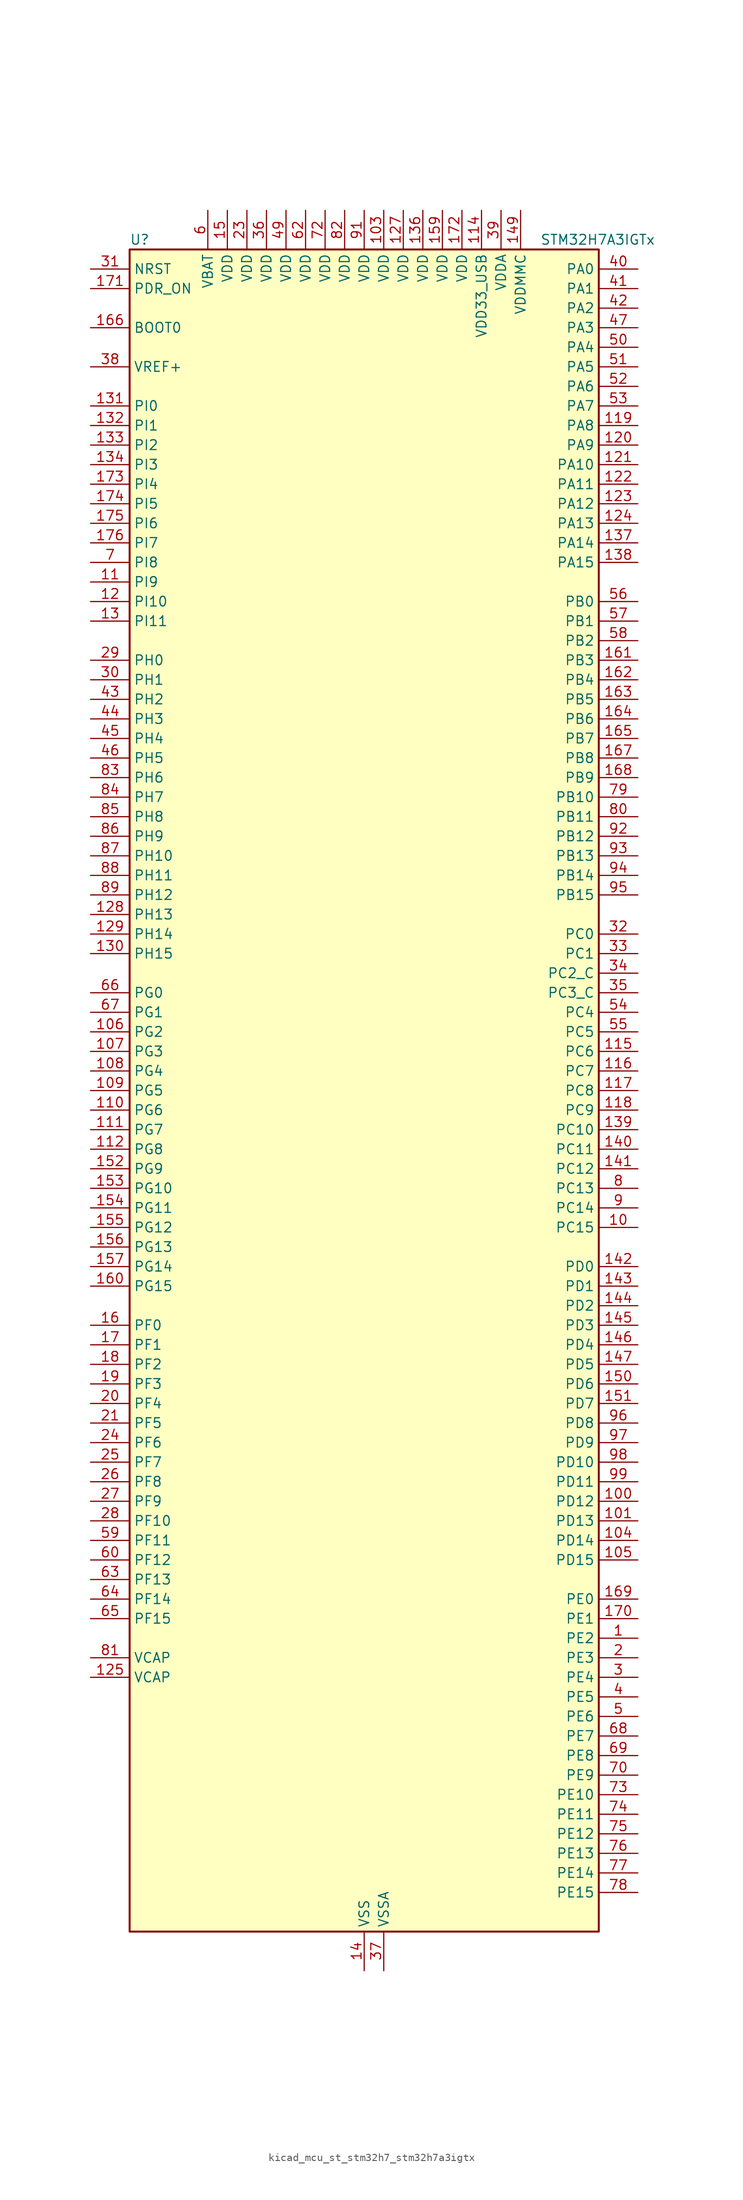
<source format=kicad_sym>
(kicad_symbol_lib
  (version 20220914)
  (generator kicad_symbol_editor)
  (symbol "kicad_mcu_st_stm32h7_stm32h7a3igtx"
    (property "Reference" "U"
      (at -30.48 110.49 0)
      (effects (font (size 1.27 1.27)) (justify left)))
    (property "Value" "STM32H7A3IGTx"
      (at 22.86 110.49 0)
      (effects (font (size 1.27 1.27)) (justify left)))
    (property "ki_locked" ""
      (at 0 0 0)
      (effects (font (size 1.27 1.27))))
    (symbol "kicad_mcu_st_stm32h7_stm32h7a3igtx_0_1"
      (rectangle (start -30.48 -109.22) (end 30.48 109.22) (stroke (width 0.254) (type default)) (fill (type background))))
    (symbol "kicad_mcu_st_stm32h7_stm32h7a3igtx_1_1"
      (pin bidirectional line (at 35.56 -71.12 180) (length 5.08) (name "PE2" (effects (font (size 1.27 1.27)))) (number "1" (effects (font (size 1.27 1.27)))) (alternate "DEBUG_TRACECLK" bidirectional line) (alternate "FMC_A23" bidirectional line) (alternate "OCTOSPIM_P1_IO2" bidirectional line) (alternate "SAI1_CK1" bidirectional line) (alternate "SAI1_MCLK_A" bidirectional line) (alternate "SPI4_SCK" bidirectional line) (alternate "USART10_RX" bidirectional line))
      (pin bidirectional line (at 35.56 -17.78 180) (length 5.08) (name "PC15" (effects (font (size 1.27 1.27)))) (number "10" (effects (font (size 1.27 1.27)))) (alternate "ADC1_EXTI15" bidirectional line) (alternate "ADC2_EXTI15" bidirectional line) (alternate "RCC_OSC32_OUT" bidirectional line))
      (pin bidirectional line (at 35.56 -53.34 180) (length 5.08) (name "PD12" (effects (font (size 1.27 1.27)))) (number "100" (effects (font (size 1.27 1.27)))) (alternate "DCMI_D12" bidirectional line) (alternate "FMC_A17" bidirectional line) (alternate "FMC_ALE" bidirectional line) (alternate "I2C4_SCL" bidirectional line) (alternate "LPTIM1_IN1" bidirectional line) (alternate "LPTIM2_IN1" bidirectional line) (alternate "OCTOSPIM_P1_IO1" bidirectional line) (alternate "PSSI_D12" bidirectional line) (alternate "SAI2_FS_A" bidirectional line) (alternate "TIM4_CH1" bidirectional line) (alternate "USART3_DE" bidirectional line) (alternate "USART3_RTS" bidirectional line))
      (pin bidirectional line (at 35.56 -55.88 180) (length 5.08) (name "PD13" (effects (font (size 1.27 1.27)))) (number "101" (effects (font (size 1.27 1.27)))) (alternate "DCMI_D13" bidirectional line) (alternate "FMC_A18" bidirectional line) (alternate "I2C4_SDA" bidirectional line) (alternate "LPTIM1_OUT" bidirectional line) (alternate "OCTOSPIM_P1_IO3" bidirectional line) (alternate "PSSI_D13" bidirectional line) (alternate "SAI2_SCK_A" bidirectional line) (alternate "TIM4_CH2" bidirectional line) (alternate "UART9_DE" bidirectional line) (alternate "UART9_RTS" bidirectional line))
      (pin passive line (at 0 -114.3 90) (length 5.08) hide (name "VSS" (effects (font (size 1.27 1.27)))) (number "102" (effects (font (size 1.27 1.27)))))
      (pin power_in line (at 2.54 114.3 270) (length 5.08) (name "VDD" (effects (font (size 1.27 1.27)))) (number "103" (effects (font (size 1.27 1.27)))))
      (pin bidirectional line (at 35.56 -58.42 180) (length 5.08) (name "PD14" (effects (font (size 1.27 1.27)))) (number "104" (effects (font (size 1.27 1.27)))) (alternate "FMC_D0" bidirectional line) (alternate "FMC_DA0" bidirectional line) (alternate "TIM4_CH3" bidirectional line) (alternate "UART8_CTS" bidirectional line) (alternate "UART9_RX" bidirectional line))
      (pin bidirectional line (at 35.56 -60.96 180) (length 5.08) (name "PD15" (effects (font (size 1.27 1.27)))) (number "105" (effects (font (size 1.27 1.27)))) (alternate "ADC1_EXTI15" bidirectional line) (alternate "ADC2_EXTI15" bidirectional line) (alternate "FMC_D1" bidirectional line) (alternate "FMC_DA1" bidirectional line) (alternate "TIM4_CH4" bidirectional line) (alternate "UART8_DE" bidirectional line) (alternate "UART8_RTS" bidirectional line) (alternate "UART9_TX" bidirectional line))
      (pin bidirectional line (at -35.56 7.62 0) (length 5.08) (name "PG2" (effects (font (size 1.27 1.27)))) (number "106" (effects (font (size 1.27 1.27)))) (alternate "FMC_A12" bidirectional line) (alternate "TIM8_BKIN" bidirectional line) (alternate "TIM8_BKIN_COMP1" bidirectional line) (alternate "TIM8_BKIN_COMP2" bidirectional line))
      (pin bidirectional line (at -35.56 5.08 0) (length 5.08) (name "PG3" (effects (font (size 1.27 1.27)))) (number "107" (effects (font (size 1.27 1.27)))) (alternate "FMC_A13" bidirectional line) (alternate "TIM8_BKIN2" bidirectional line) (alternate "TIM8_BKIN2_COMP1" bidirectional line) (alternate "TIM8_BKIN2_COMP2" bidirectional line))
      (pin bidirectional line (at -35.56 2.54 0) (length 5.08) (name "PG4" (effects (font (size 1.27 1.27)))) (number "108" (effects (font (size 1.27 1.27)))) (alternate "FMC_A14" bidirectional line) (alternate "FMC_BA0" bidirectional line) (alternate "TIM1_BKIN2" bidirectional line) (alternate "TIM1_BKIN2_COMP1" bidirectional line) (alternate "TIM1_BKIN2_COMP2" bidirectional line))
      (pin bidirectional line (at -35.56 0 0) (length 5.08) (name "PG5" (effects (font (size 1.27 1.27)))) (number "109" (effects (font (size 1.27 1.27)))) (alternate "FMC_A15" bidirectional line) (alternate "FMC_BA1" bidirectional line) (alternate "TIM1_ETR" bidirectional line))
      (pin bidirectional line (at -35.56 66.04 0) (length 5.08) (name "PI9" (effects (font (size 1.27 1.27)))) (number "11" (effects (font (size 1.27 1.27)))) (alternate "DAC1_EXTI9" bidirectional line) (alternate "FDCAN1_RX" bidirectional line) (alternate "FMC_D30" bidirectional line) (alternate "LTDC_VSYNC" bidirectional line) (alternate "OCTOSPIM_P2_IO0" bidirectional line) (alternate "UART4_RX" bidirectional line))
      (pin bidirectional line (at -35.56 -2.54 0) (length 5.08) (name "PG6" (effects (font (size 1.27 1.27)))) (number "110" (effects (font (size 1.27 1.27)))) (alternate "DCMI_D12" bidirectional line) (alternate "FMC_NE3" bidirectional line) (alternate "LTDC_R7" bidirectional line) (alternate "OCTOSPIM_P1_NCS" bidirectional line) (alternate "PSSI_D12" bidirectional line) (alternate "TIM17_BKIN" bidirectional line))
      (pin bidirectional line (at -35.56 -5.08 0) (length 5.08) (name "PG7" (effects (font (size 1.27 1.27)))) (number "111" (effects (font (size 1.27 1.27)))) (alternate "DCMI_D13" bidirectional line) (alternate "FMC_INT" bidirectional line) (alternate "LTDC_CLK" bidirectional line) (alternate "OCTOSPIM_P2_DQS" bidirectional line) (alternate "PSSI_D13" bidirectional line) (alternate "SAI1_MCLK_A" bidirectional line) (alternate "USART6_CK" bidirectional line))
      (pin bidirectional line (at -35.56 -7.62 0) (length 5.08) (name "PG8" (effects (font (size 1.27 1.27)))) (number "112" (effects (font (size 1.27 1.27)))) (alternate "FMC_SDCLK" bidirectional line) (alternate "I2S6_WS" bidirectional line) (alternate "LTDC_G7" bidirectional line) (alternate "SPDIFRX_IN2" bidirectional line) (alternate "SPI6_NSS" bidirectional line) (alternate "TIM8_ETR" bidirectional line) (alternate "USART6_DE" bidirectional line) (alternate "USART6_RTS" bidirectional line))
      (pin passive line (at 0 -114.3 90) (length 5.08) hide (name "VSS" (effects (font (size 1.27 1.27)))) (number "113" (effects (font (size 1.27 1.27)))))
      (pin power_in line (at 15.24 114.3 270) (length 5.08) (name "VDD33_USB" (effects (font (size 1.27 1.27)))) (number "114" (effects (font (size 1.27 1.27)))))
      (pin bidirectional line (at 35.56 5.08 180) (length 5.08) (name "PC6" (effects (font (size 1.27 1.27)))) (number "115" (effects (font (size 1.27 1.27)))) (alternate "DCMI_D0" bidirectional line) (alternate "DFSDM1_CKIN3" bidirectional line) (alternate "FMC_NWAIT" bidirectional line) (alternate "I2S2_MCK" bidirectional line) (alternate "LTDC_HSYNC" bidirectional line) (alternate "PSSI_D0" bidirectional line) (alternate "SDMMC1_D0DIR" bidirectional line) (alternate "SDMMC1_D6" bidirectional line) (alternate "SDMMC2_D6" bidirectional line) (alternate "SWPMI1_IO" bidirectional line) (alternate "TIM3_CH1" bidirectional line) (alternate "TIM8_CH1" bidirectional line) (alternate "USART6_TX" bidirectional line))
      (pin bidirectional line (at 35.56 2.54 180) (length 5.08) (name "PC7" (effects (font (size 1.27 1.27)))) (number "116" (effects (font (size 1.27 1.27)))) (alternate "DCMI_D1" bidirectional line) (alternate "DEBUG_TRGIO" bidirectional line) (alternate "DFSDM1_DATIN3" bidirectional line) (alternate "FMC_NE1" bidirectional line) (alternate "I2S3_MCK" bidirectional line) (alternate "LTDC_G6" bidirectional line) (alternate "PSSI_D1" bidirectional line) (alternate "SDMMC1_D123DIR" bidirectional line) (alternate "SDMMC1_D7" bidirectional line) (alternate "SDMMC2_D7" bidirectional line) (alternate "SWPMI1_TX" bidirectional line) (alternate "TIM3_CH2" bidirectional line) (alternate "TIM8_CH2" bidirectional line) (alternate "USART6_RX" bidirectional line))
      (pin bidirectional line (at 35.56 0 180) (length 5.08) (name "PC8" (effects (font (size 1.27 1.27)))) (number "117" (effects (font (size 1.27 1.27)))) (alternate "DCMI_D2" bidirectional line) (alternate "DEBUG_TRACED1" bidirectional line) (alternate "FMC_INT" bidirectional line) (alternate "FMC_NCE" bidirectional line) (alternate "FMC_NE2" bidirectional line) (alternate "PSSI_D2" bidirectional line) (alternate "SDMMC1_D0" bidirectional line) (alternate "SWPMI1_RX" bidirectional line) (alternate "TIM3_CH3" bidirectional line) (alternate "TIM8_CH3" bidirectional line) (alternate "UART5_DE" bidirectional line) (alternate "UART5_RTS" bidirectional line) (alternate "USART6_CK" bidirectional line))
      (pin bidirectional line (at 35.56 -2.54 180) (length 5.08) (name "PC9" (effects (font (size 1.27 1.27)))) (number "118" (effects (font (size 1.27 1.27)))) (alternate "DAC1_EXTI9" bidirectional line) (alternate "DCMI_D3" bidirectional line) (alternate "I2C3_SDA" bidirectional line) (alternate "I2S_CKIN" bidirectional line) (alternate "LTDC_B2" bidirectional line) (alternate "LTDC_G3" bidirectional line) (alternate "OCTOSPIM_P1_IO0" bidirectional line) (alternate "PSSI_D3" bidirectional line) (alternate "RCC_MCO_2" bidirectional line) (alternate "SDMMC1_D1" bidirectional line) (alternate "SWPMI1_SUSPEND" bidirectional line) (alternate "TIM3_CH4" bidirectional line) (alternate "TIM8_CH4" bidirectional line) (alternate "UART5_CTS" bidirectional line))
      (pin bidirectional line (at 35.56 86.36 180) (length 5.08) (name "PA8" (effects (font (size 1.27 1.27)))) (number "119" (effects (font (size 1.27 1.27)))) (alternate "I2C3_SCL" bidirectional line) (alternate "LTDC_B3" bidirectional line) (alternate "LTDC_R6" bidirectional line) (alternate "RCC_MCO_1" bidirectional line) (alternate "TIM1_CH1" bidirectional line) (alternate "TIM8_BKIN2" bidirectional line) (alternate "TIM8_BKIN2_COMP1" bidirectional line) (alternate "TIM8_BKIN2_COMP2" bidirectional line) (alternate "UART7_RX" bidirectional line) (alternate "USART1_CK" bidirectional line) (alternate "USB_OTG_HS_SOF" bidirectional line))
      (pin bidirectional line (at -35.56 63.5 0) (length 5.08) (name "PI10" (effects (font (size 1.27 1.27)))) (number "12" (effects (font (size 1.27 1.27)))) (alternate "FMC_D31" bidirectional line) (alternate "LTDC_HSYNC" bidirectional line) (alternate "OCTOSPIM_P2_IO1" bidirectional line) (alternate "PSSI_D14" bidirectional line))
      (pin bidirectional line (at 35.56 83.82 180) (length 5.08) (name "PA9" (effects (font (size 1.27 1.27)))) (number "120" (effects (font (size 1.27 1.27)))) (alternate "DAC1_EXTI9" bidirectional line) (alternate "DCMI_D0" bidirectional line) (alternate "I2C3_SMBA" bidirectional line) (alternate "I2S2_CK" bidirectional line) (alternate "LPUART1_TX" bidirectional line) (alternate "LTDC_R5" bidirectional line) (alternate "PSSI_D0" bidirectional line) (alternate "SPI2_SCK" bidirectional line) (alternate "TIM1_CH2" bidirectional line) (alternate "USART1_TX" bidirectional line) (alternate "USB_OTG_HS_VBUS" bidirectional line))
      (pin bidirectional line (at 35.56 81.28 180) (length 5.08) (name "PA10" (effects (font (size 1.27 1.27)))) (number "121" (effects (font (size 1.27 1.27)))) (alternate "DCMI_D1" bidirectional line) (alternate "LPUART1_RX" bidirectional line) (alternate "LTDC_B1" bidirectional line) (alternate "LTDC_B4" bidirectional line) (alternate "MDIOS_MDIO" bidirectional line) (alternate "PSSI_D1" bidirectional line) (alternate "TIM1_CH3" bidirectional line) (alternate "USART1_RX" bidirectional line) (alternate "USB_OTG_HS_ID" bidirectional line))
      (pin bidirectional line (at 35.56 78.74 180) (length 5.08) (name "PA11" (effects (font (size 1.27 1.27)))) (number "122" (effects (font (size 1.27 1.27)))) (alternate "ADC1_EXTI11" bidirectional line) (alternate "ADC2_EXTI11" bidirectional line) (alternate "FDCAN1_RX" bidirectional line) (alternate "I2S2_WS" bidirectional line) (alternate "LPUART1_CTS" bidirectional line) (alternate "LTDC_R4" bidirectional line) (alternate "SPI2_NSS" bidirectional line) (alternate "TIM1_CH4" bidirectional line) (alternate "UART4_RX" bidirectional line) (alternate "USART1_CTS" bidirectional line) (alternate "USART1_NSS" bidirectional line) (alternate "USB_OTG_HS_DM" bidirectional line))
      (pin bidirectional line (at 35.56 76.2 180) (length 5.08) (name "PA12" (effects (font (size 1.27 1.27)))) (number "123" (effects (font (size 1.27 1.27)))) (alternate "FDCAN1_TX" bidirectional line) (alternate "I2S2_CK" bidirectional line) (alternate "LPUART1_DE" bidirectional line) (alternate "LPUART1_RTS" bidirectional line) (alternate "LTDC_R5" bidirectional line) (alternate "SAI2_FS_B" bidirectional line) (alternate "SPI2_SCK" bidirectional line) (alternate "TIM1_ETR" bidirectional line) (alternate "UART4_TX" bidirectional line) (alternate "USART1_DE" bidirectional line) (alternate "USART1_RTS" bidirectional line) (alternate "USB_OTG_HS_DP" bidirectional line))
      (pin bidirectional line (at 35.56 73.66 180) (length 5.08) (name "PA13" (effects (font (size 1.27 1.27)))) (number "124" (effects (font (size 1.27 1.27)))) (alternate "DEBUG_JTMS-SWDIO" bidirectional line))
      (pin power_out line (at -35.56 -76.2 0) (length 5.08) (name "VCAP" (effects (font (size 1.27 1.27)))) (number "125" (effects (font (size 1.27 1.27)))))
      (pin passive line (at 0 -114.3 90) (length 5.08) hide (name "VSS" (effects (font (size 1.27 1.27)))) (number "126" (effects (font (size 1.27 1.27)))))
      (pin power_in line (at 5.08 114.3 270) (length 5.08) (name "VDD" (effects (font (size 1.27 1.27)))) (number "127" (effects (font (size 1.27 1.27)))))
      (pin bidirectional line (at -35.56 22.86 0) (length 5.08) (name "PH13" (effects (font (size 1.27 1.27)))) (number "128" (effects (font (size 1.27 1.27)))) (alternate "FDCAN1_TX" bidirectional line) (alternate "FMC_D21" bidirectional line) (alternate "LTDC_G2" bidirectional line) (alternate "TIM8_CH1N" bidirectional line) (alternate "UART4_TX" bidirectional line))
      (pin bidirectional line (at -35.56 20.32 0) (length 5.08) (name "PH14" (effects (font (size 1.27 1.27)))) (number "129" (effects (font (size 1.27 1.27)))) (alternate "DCMI_D4" bidirectional line) (alternate "FDCAN1_RX" bidirectional line) (alternate "FMC_D22" bidirectional line) (alternate "LTDC_G3" bidirectional line) (alternate "PSSI_D4" bidirectional line) (alternate "TIM8_CH2N" bidirectional line) (alternate "UART4_RX" bidirectional line))
      (pin bidirectional line (at -35.56 60.96 0) (length 5.08) (name "PI11" (effects (font (size 1.27 1.27)))) (number "13" (effects (font (size 1.27 1.27)))) (alternate "ADC1_EXTI11" bidirectional line) (alternate "ADC2_EXTI11" bidirectional line) (alternate "LTDC_G6" bidirectional line) (alternate "OCTOSPIM_P2_IO2" bidirectional line) (alternate "PSSI_D15" bidirectional line) (alternate "PWR_WKUP5" bidirectional line) (alternate "USB_OTG_HS_ULPI_DIR" bidirectional line))
      (pin bidirectional line (at -35.56 17.78 0) (length 5.08) (name "PH15" (effects (font (size 1.27 1.27)))) (number "130" (effects (font (size 1.27 1.27)))) (alternate "ADC1_EXTI15" bidirectional line) (alternate "ADC2_EXTI15" bidirectional line) (alternate "DCMI_D11" bidirectional line) (alternate "FMC_D23" bidirectional line) (alternate "LTDC_G4" bidirectional line) (alternate "PSSI_D11" bidirectional line) (alternate "TIM8_CH3N" bidirectional line))
      (pin bidirectional line (at -35.56 88.9 0) (length 5.08) (name "PI0" (effects (font (size 1.27 1.27)))) (number "131" (effects (font (size 1.27 1.27)))) (alternate "DCMI_D13" bidirectional line) (alternate "FMC_D24" bidirectional line) (alternate "I2S2_WS" bidirectional line) (alternate "LTDC_G5" bidirectional line) (alternate "PSSI_D13" bidirectional line) (alternate "SPI2_NSS" bidirectional line) (alternate "TIM5_CH4" bidirectional line))
      (pin bidirectional line (at -35.56 86.36 0) (length 5.08) (name "PI1" (effects (font (size 1.27 1.27)))) (number "132" (effects (font (size 1.27 1.27)))) (alternate "DCMI_D8" bidirectional line) (alternate "FMC_D25" bidirectional line) (alternate "I2S2_CK" bidirectional line) (alternate "LTDC_G6" bidirectional line) (alternate "PSSI_D8" bidirectional line) (alternate "SPI2_SCK" bidirectional line) (alternate "TIM8_BKIN2" bidirectional line) (alternate "TIM8_BKIN2_COMP1" bidirectional line) (alternate "TIM8_BKIN2_COMP2" bidirectional line))
      (pin bidirectional line (at -35.56 83.82 0) (length 5.08) (name "PI2" (effects (font (size 1.27 1.27)))) (number "133" (effects (font (size 1.27 1.27)))) (alternate "DCMI_D9" bidirectional line) (alternate "FMC_D26" bidirectional line) (alternate "I2S2_SDI" bidirectional line) (alternate "LTDC_G7" bidirectional line) (alternate "PSSI_D9" bidirectional line) (alternate "SPI2_MISO" bidirectional line) (alternate "TIM8_CH4" bidirectional line))
      (pin bidirectional line (at -35.56 81.28 0) (length 5.08) (name "PI3" (effects (font (size 1.27 1.27)))) (number "134" (effects (font (size 1.27 1.27)))) (alternate "DCMI_D10" bidirectional line) (alternate "FMC_D27" bidirectional line) (alternate "I2S2_SDO" bidirectional line) (alternate "PSSI_D10" bidirectional line) (alternate "SPI2_MOSI" bidirectional line) (alternate "TIM8_ETR" bidirectional line))
      (pin passive line (at 0 -114.3 90) (length 5.08) hide (name "VSS" (effects (font (size 1.27 1.27)))) (number "135" (effects (font (size 1.27 1.27)))))
      (pin power_in line (at 7.62 114.3 270) (length 5.08) (name "VDD" (effects (font (size 1.27 1.27)))) (number "136" (effects (font (size 1.27 1.27)))))
      (pin bidirectional line (at 35.56 71.12 180) (length 5.08) (name "PA14" (effects (font (size 1.27 1.27)))) (number "137" (effects (font (size 1.27 1.27)))) (alternate "DEBUG_JTCK-SWCLK" bidirectional line))
      (pin bidirectional line (at 35.56 68.58 180) (length 5.08) (name "PA15" (effects (font (size 1.27 1.27)))) (number "138" (effects (font (size 1.27 1.27)))) (alternate "ADC1_EXTI15" bidirectional line) (alternate "ADC2_EXTI15" bidirectional line) (alternate "CEC" bidirectional line) (alternate "DEBUG_JTDI" bidirectional line) (alternate "I2S1_WS" bidirectional line) (alternate "I2S3_WS" bidirectional line) (alternate "I2S6_WS" bidirectional line) (alternate "LTDC_B6" bidirectional line) (alternate "LTDC_R3" bidirectional line) (alternate "SPI1_NSS" bidirectional line) (alternate "SPI3_NSS" bidirectional line) (alternate "SPI6_NSS" bidirectional line) (alternate "TIM2_CH1" bidirectional line) (alternate "TIM2_ETR" bidirectional line) (alternate "UART4_DE" bidirectional line) (alternate "UART4_RTS" bidirectional line) (alternate "UART7_TX" bidirectional line))
      (pin bidirectional line (at 35.56 -5.08 180) (length 5.08) (name "PC10" (effects (font (size 1.27 1.27)))) (number "139" (effects (font (size 1.27 1.27)))) (alternate "DCMI_D8" bidirectional line) (alternate "DFSDM1_CKIN5" bidirectional line) (alternate "DFSDM2_CKIN0" bidirectional line) (alternate "I2S3_CK" bidirectional line) (alternate "LTDC_B1" bidirectional line) (alternate "LTDC_R2" bidirectional line) (alternate "OCTOSPIM_P1_IO1" bidirectional line) (alternate "PSSI_D8" bidirectional line) (alternate "SDMMC1_D2" bidirectional line) (alternate "SPI3_SCK" bidirectional line) (alternate "SWPMI1_RX" bidirectional line) (alternate "UART4_TX" bidirectional line) (alternate "USART3_TX" bidirectional line))
      (pin power_in line (at 0 -114.3 90) (length 5.08) (name "VSS" (effects (font (size 1.27 1.27)))) (number "14" (effects (font (size 1.27 1.27)))))
      (pin bidirectional line (at 35.56 -7.62 180) (length 5.08) (name "PC11" (effects (font (size 1.27 1.27)))) (number "140" (effects (font (size 1.27 1.27)))) (alternate "ADC1_EXTI11" bidirectional line) (alternate "ADC2_EXTI11" bidirectional line) (alternate "DCMI_D4" bidirectional line) (alternate "DFSDM1_DATIN5" bidirectional line) (alternate "DFSDM2_DATIN0" bidirectional line) (alternate "I2S3_SDI" bidirectional line) (alternate "LTDC_B4" bidirectional line) (alternate "OCTOSPIM_P1_NCS" bidirectional line) (alternate "PSSI_D4" bidirectional line) (alternate "SDMMC1_D3" bidirectional line) (alternate "SPI3_MISO" bidirectional line) (alternate "UART4_RX" bidirectional line) (alternate "USART3_RX" bidirectional line))
      (pin bidirectional line (at 35.56 -10.16 180) (length 5.08) (name "PC12" (effects (font (size 1.27 1.27)))) (number "141" (effects (font (size 1.27 1.27)))) (alternate "DCMI_D9" bidirectional line) (alternate "DEBUG_TRACED3" bidirectional line) (alternate "DFSDM2_CKOUT" bidirectional line) (alternate "I2S3_SDO" bidirectional line) (alternate "I2S6_CK" bidirectional line) (alternate "LTDC_R6" bidirectional line) (alternate "PSSI_D9" bidirectional line) (alternate "SDMMC1_CK" bidirectional line) (alternate "SPI3_MOSI" bidirectional line) (alternate "SPI6_SCK" bidirectional line) (alternate "TIM15_CH1" bidirectional line) (alternate "UART5_TX" bidirectional line) (alternate "USART3_CK" bidirectional line))
      (pin bidirectional line (at 35.56 -22.86 180) (length 5.08) (name "PD0" (effects (font (size 1.27 1.27)))) (number "142" (effects (font (size 1.27 1.27)))) (alternate "DFSDM1_CKIN6" bidirectional line) (alternate "FDCAN1_RX" bidirectional line) (alternate "FMC_D2" bidirectional line) (alternate "FMC_DA2" bidirectional line) (alternate "LTDC_B1" bidirectional line) (alternate "UART4_RX" bidirectional line) (alternate "UART9_CTS" bidirectional line))
      (pin bidirectional line (at 35.56 -25.4 180) (length 5.08) (name "PD1" (effects (font (size 1.27 1.27)))) (number "143" (effects (font (size 1.27 1.27)))) (alternate "DFSDM1_DATIN6" bidirectional line) (alternate "FDCAN1_TX" bidirectional line) (alternate "FMC_D3" bidirectional line) (alternate "FMC_DA3" bidirectional line) (alternate "UART4_TX" bidirectional line))
      (pin bidirectional line (at 35.56 -27.94 180) (length 5.08) (name "PD2" (effects (font (size 1.27 1.27)))) (number "144" (effects (font (size 1.27 1.27)))) (alternate "DCMI_D11" bidirectional line) (alternate "DEBUG_TRACED2" bidirectional line) (alternate "LTDC_B2" bidirectional line) (alternate "LTDC_B7" bidirectional line) (alternate "PSSI_D11" bidirectional line) (alternate "SDMMC1_CMD" bidirectional line) (alternate "TIM15_BKIN" bidirectional line) (alternate "TIM3_ETR" bidirectional line) (alternate "UART5_RX" bidirectional line))
      (pin bidirectional line (at 35.56 -30.48 180) (length 5.08) (name "PD3" (effects (font (size 1.27 1.27)))) (number "145" (effects (font (size 1.27 1.27)))) (alternate "DCMI_D5" bidirectional line) (alternate "DFSDM1_CKOUT" bidirectional line) (alternate "FMC_CLK" bidirectional line) (alternate "I2S2_CK" bidirectional line) (alternate "LTDC_G7" bidirectional line) (alternate "PSSI_D5" bidirectional line) (alternate "SPI2_SCK" bidirectional line) (alternate "USART2_CTS" bidirectional line) (alternate "USART2_NSS" bidirectional line))
      (pin bidirectional line (at 35.56 -33.02 180) (length 5.08) (name "PD4" (effects (font (size 1.27 1.27)))) (number "146" (effects (font (size 1.27 1.27)))) (alternate "FMC_NOE" bidirectional line) (alternate "OCTOSPIM_P1_IO4" bidirectional line) (alternate "USART2_DE" bidirectional line) (alternate "USART2_RTS" bidirectional line))
      (pin bidirectional line (at 35.56 -35.56 180) (length 5.08) (name "PD5" (effects (font (size 1.27 1.27)))) (number "147" (effects (font (size 1.27 1.27)))) (alternate "FMC_NWE" bidirectional line) (alternate "OCTOSPIM_P1_IO5" bidirectional line) (alternate "USART2_TX" bidirectional line))
      (pin passive line (at 0 -114.3 90) (length 5.08) hide (name "VSS" (effects (font (size 1.27 1.27)))) (number "148" (effects (font (size 1.27 1.27)))))
      (pin power_in line (at 20.32 114.3 270) (length 5.08) (name "VDDMMC" (effects (font (size 1.27 1.27)))) (number "149" (effects (font (size 1.27 1.27)))))
      (pin power_in line (at -17.78 114.3 270) (length 5.08) (name "VDD" (effects (font (size 1.27 1.27)))) (number "15" (effects (font (size 1.27 1.27)))))
      (pin bidirectional line (at 35.56 -38.1 180) (length 5.08) (name "PD6" (effects (font (size 1.27 1.27)))) (number "150" (effects (font (size 1.27 1.27)))) (alternate "DCMI_D10" bidirectional line) (alternate "DFSDM1_CKIN4" bidirectional line) (alternate "DFSDM1_DATIN1" bidirectional line) (alternate "FMC_NWAIT" bidirectional line) (alternate "I2S3_SDO" bidirectional line) (alternate "LTDC_B2" bidirectional line) (alternate "OCTOSPIM_P1_IO6" bidirectional line) (alternate "PSSI_D10" bidirectional line) (alternate "SAI1_D1" bidirectional line) (alternate "SAI1_SD_A" bidirectional line) (alternate "SDMMC2_CK" bidirectional line) (alternate "SPI3_MOSI" bidirectional line) (alternate "USART2_RX" bidirectional line))
      (pin bidirectional line (at 35.56 -40.64 180) (length 5.08) (name "PD7" (effects (font (size 1.27 1.27)))) (number "151" (effects (font (size 1.27 1.27)))) (alternate "DFSDM1_CKIN1" bidirectional line) (alternate "DFSDM1_DATIN4" bidirectional line) (alternate "FMC_NE1" bidirectional line) (alternate "I2S1_SDO" bidirectional line) (alternate "OCTOSPIM_P1_IO7" bidirectional line) (alternate "SDMMC2_CMD" bidirectional line) (alternate "SPDIFRX_IN0" bidirectional line) (alternate "SPI1_MOSI" bidirectional line) (alternate "USART2_CK" bidirectional line))
      (pin bidirectional line (at -35.56 -10.16 0) (length 5.08) (name "PG9" (effects (font (size 1.27 1.27)))) (number "152" (effects (font (size 1.27 1.27)))) (alternate "DAC1_EXTI9" bidirectional line) (alternate "DCMI_VSYNC" bidirectional line) (alternate "FMC_NCE" bidirectional line) (alternate "FMC_NE2" bidirectional line) (alternate "I2S1_SDI" bidirectional line) (alternate "OCTOSPIM_P1_IO6" bidirectional line) (alternate "PSSI_RDY" bidirectional line) (alternate "SAI2_FS_B" bidirectional line) (alternate "SDMMC2_D0" bidirectional line) (alternate "SPDIFRX_IN3" bidirectional line) (alternate "SPI1_MISO" bidirectional line) (alternate "USART6_RX" bidirectional line))
      (pin bidirectional line (at -35.56 -12.7 0) (length 5.08) (name "PG10" (effects (font (size 1.27 1.27)))) (number "153" (effects (font (size 1.27 1.27)))) (alternate "DCMI_D2" bidirectional line) (alternate "FMC_NE3" bidirectional line) (alternate "I2S1_WS" bidirectional line) (alternate "LTDC_B2" bidirectional line) (alternate "LTDC_G3" bidirectional line) (alternate "OCTOSPIM_P2_IO6" bidirectional line) (alternate "PSSI_D2" bidirectional line) (alternate "SAI2_SD_B" bidirectional line) (alternate "SDMMC2_D1" bidirectional line) (alternate "SPI1_NSS" bidirectional line))
      (pin bidirectional line (at -35.56 -15.24 0) (length 5.08) (name "PG11" (effects (font (size 1.27 1.27)))) (number "154" (effects (font (size 1.27 1.27)))) (alternate "ADC1_EXTI11" bidirectional line) (alternate "ADC2_EXTI11" bidirectional line) (alternate "DCMI_D3" bidirectional line) (alternate "I2S1_CK" bidirectional line) (alternate "LPTIM1_IN2" bidirectional line) (alternate "LTDC_B3" bidirectional line) (alternate "OCTOSPIM_P2_IO7" bidirectional line) (alternate "PSSI_D3" bidirectional line) (alternate "SDMMC2_D2" bidirectional line) (alternate "SPDIFRX_IN0" bidirectional line) (alternate "SPI1_SCK" bidirectional line) (alternate "USART10_RX" bidirectional line))
      (pin bidirectional line (at -35.56 -17.78 0) (length 5.08) (name "PG12" (effects (font (size 1.27 1.27)))) (number "155" (effects (font (size 1.27 1.27)))) (alternate "FMC_NE4" bidirectional line) (alternate "I2S6_SDI" bidirectional line) (alternate "LPTIM1_IN1" bidirectional line) (alternate "LTDC_B1" bidirectional line) (alternate "LTDC_B4" bidirectional line) (alternate "OCTOSPIM_P2_NCS" bidirectional line) (alternate "SDMMC2_D3" bidirectional line) (alternate "SPDIFRX_IN1" bidirectional line) (alternate "SPI6_MISO" bidirectional line) (alternate "USART10_TX" bidirectional line) (alternate "USART6_DE" bidirectional line) (alternate "USART6_RTS" bidirectional line))
      (pin bidirectional line (at -35.56 -20.32 0) (length 5.08) (name "PG13" (effects (font (size 1.27 1.27)))) (number "156" (effects (font (size 1.27 1.27)))) (alternate "DEBUG_TRACED0" bidirectional line) (alternate "FMC_A24" bidirectional line) (alternate "I2S6_CK" bidirectional line) (alternate "LPTIM1_OUT" bidirectional line) (alternate "LTDC_R0" bidirectional line) (alternate "SDMMC2_D6" bidirectional line) (alternate "SPI6_SCK" bidirectional line) (alternate "USART10_CTS" bidirectional line) (alternate "USART10_NSS" bidirectional line) (alternate "USART6_CTS" bidirectional line) (alternate "USART6_NSS" bidirectional line))
      (pin bidirectional line (at -35.56 -22.86 0) (length 5.08) (name "PG14" (effects (font (size 1.27 1.27)))) (number "157" (effects (font (size 1.27 1.27)))) (alternate "DEBUG_TRACED1" bidirectional line) (alternate "FMC_A25" bidirectional line) (alternate "I2S6_SDO" bidirectional line) (alternate "LPTIM1_ETR" bidirectional line) (alternate "LTDC_B0" bidirectional line) (alternate "OCTOSPIM_P1_IO7" bidirectional line) (alternate "SDMMC2_D7" bidirectional line) (alternate "SPI6_MOSI" bidirectional line) (alternate "USART10_DE" bidirectional line) (alternate "USART10_RTS" bidirectional line) (alternate "USART6_TX" bidirectional line))
      (pin passive line (at 0 -114.3 90) (length 5.08) hide (name "VSS" (effects (font (size 1.27 1.27)))) (number "158" (effects (font (size 1.27 1.27)))))
      (pin power_in line (at 10.16 114.3 270) (length 5.08) (name "VDD" (effects (font (size 1.27 1.27)))) (number "159" (effects (font (size 1.27 1.27)))))
      (pin bidirectional line (at -35.56 -30.48 0) (length 5.08) (name "PF0" (effects (font (size 1.27 1.27)))) (number "16" (effects (font (size 1.27 1.27)))) (alternate "FMC_A0" bidirectional line) (alternate "I2C2_SDA" bidirectional line) (alternate "OCTOSPIM_P2_IO0" bidirectional line))
      (pin bidirectional line (at -35.56 -25.4 0) (length 5.08) (name "PG15" (effects (font (size 1.27 1.27)))) (number "160" (effects (font (size 1.27 1.27)))) (alternate "ADC1_EXTI15" bidirectional line) (alternate "ADC2_EXTI15" bidirectional line) (alternate "DCMI_D13" bidirectional line) (alternate "FMC_SDNCAS" bidirectional line) (alternate "OCTOSPIM_P2_DQS" bidirectional line) (alternate "PSSI_D13" bidirectional line) (alternate "USART10_CK" bidirectional line) (alternate "USART6_CTS" bidirectional line) (alternate "USART6_NSS" bidirectional line))
      (pin bidirectional line (at 35.56 55.88 180) (length 5.08) (name "PB3" (effects (font (size 1.27 1.27)))) (number "161" (effects (font (size 1.27 1.27)))) (alternate "CRS_SYNC" bidirectional line) (alternate "DEBUG_JTDO-SWO" bidirectional line) (alternate "I2S1_CK" bidirectional line) (alternate "I2S3_CK" bidirectional line) (alternate "I2S6_CK" bidirectional line) (alternate "SDMMC2_D2" bidirectional line) (alternate "SPI1_SCK" bidirectional line) (alternate "SPI3_SCK" bidirectional line) (alternate "SPI6_SCK" bidirectional line) (alternate "TIM2_CH2" bidirectional line) (alternate "UART7_RX" bidirectional line))
      (pin bidirectional line (at 35.56 53.34 180) (length 5.08) (name "PB4" (effects (font (size 1.27 1.27)))) (number "162" (effects (font (size 1.27 1.27)))) (alternate "DEBUG_JTRST" bidirectional line) (alternate "I2S1_SDI" bidirectional line) (alternate "I2S2_WS" bidirectional line) (alternate "I2S3_SDI" bidirectional line) (alternate "I2S6_SDI" bidirectional line) (alternate "SDMMC2_D3" bidirectional line) (alternate "SPI1_MISO" bidirectional line) (alternate "SPI2_NSS" bidirectional line) (alternate "SPI3_MISO" bidirectional line) (alternate "SPI6_MISO" bidirectional line) (alternate "TIM16_BKIN" bidirectional line) (alternate "TIM3_CH1" bidirectional line) (alternate "UART7_TX" bidirectional line))
      (pin bidirectional line (at 35.56 50.8 180) (length 5.08) (name "PB5" (effects (font (size 1.27 1.27)))) (number "163" (effects (font (size 1.27 1.27)))) (alternate "DCMI_D10" bidirectional line) (alternate "FDCAN2_RX" bidirectional line) (alternate "FMC_SDCKE1" bidirectional line) (alternate "I2C1_SMBA" bidirectional line) (alternate "I2C4_SMBA" bidirectional line) (alternate "I2S1_SDO" bidirectional line) (alternate "I2S3_SDO" bidirectional line) (alternate "I2S6_SDO" bidirectional line) (alternate "LTDC_B5" bidirectional line) (alternate "PSSI_D10" bidirectional line) (alternate "SPI1_MOSI" bidirectional line) (alternate "SPI3_MOSI" bidirectional line) (alternate "SPI6_MOSI" bidirectional line) (alternate "TIM17_BKIN" bidirectional line) (alternate "TIM3_CH2" bidirectional line) (alternate "UART5_RX" bidirectional line) (alternate "USB_OTG_HS_ULPI_D7" bidirectional line))
      (pin bidirectional line (at 35.56 48.26 180) (length 5.08) (name "PB6" (effects (font (size 1.27 1.27)))) (number "164" (effects (font (size 1.27 1.27)))) (alternate "CEC" bidirectional line) (alternate "DCMI_D5" bidirectional line) (alternate "DFSDM1_DATIN5" bidirectional line) (alternate "FDCAN2_TX" bidirectional line) (alternate "FMC_SDNE1" bidirectional line) (alternate "I2C1_SCL" bidirectional line) (alternate "I2C4_SCL" bidirectional line) (alternate "LPUART1_TX" bidirectional line) (alternate "OCTOSPIM_P1_NCS" bidirectional line) (alternate "PSSI_D5" bidirectional line) (alternate "TIM16_CH1N" bidirectional line) (alternate "TIM4_CH1" bidirectional line) (alternate "UART5_TX" bidirectional line) (alternate "USART1_TX" bidirectional line))
      (pin bidirectional line (at 35.56 45.72 180) (length 5.08) (name "PB7" (effects (font (size 1.27 1.27)))) (number "165" (effects (font (size 1.27 1.27)))) (alternate "DCMI_VSYNC" bidirectional line) (alternate "DFSDM1_CKIN5" bidirectional line) (alternate "FMC_NL" bidirectional line) (alternate "I2C1_SDA" bidirectional line) (alternate "I2C4_SDA" bidirectional line) (alternate "LPUART1_RX" bidirectional line) (alternate "PSSI_RDY" bidirectional line) (alternate "PWR_PVD_IN" bidirectional line) (alternate "TIM17_CH1N" bidirectional line) (alternate "TIM4_CH2" bidirectional line) (alternate "USART1_RX" bidirectional line))
      (pin input line (at -35.56 99.06 0) (length 5.08) (name "BOOT0" (effects (font (size 1.27 1.27)))) (number "166" (effects (font (size 1.27 1.27)))))
      (pin bidirectional line (at 35.56 43.18 180) (length 5.08) (name "PB8" (effects (font (size 1.27 1.27)))) (number "167" (effects (font (size 1.27 1.27)))) (alternate "DCMI_D6" bidirectional line) (alternate "DFSDM1_CKIN7" bidirectional line) (alternate "FDCAN1_RX" bidirectional line) (alternate "I2C1_SCL" bidirectional line) (alternate "I2C4_SCL" bidirectional line) (alternate "LTDC_B6" bidirectional line) (alternate "PSSI_D6" bidirectional line) (alternate "SDMMC1_CKIN" bidirectional line) (alternate "SDMMC1_D4" bidirectional line) (alternate "SDMMC2_D4" bidirectional line) (alternate "TIM16_CH1" bidirectional line) (alternate "TIM4_CH3" bidirectional line) (alternate "UART4_RX" bidirectional line))
      (pin bidirectional line (at 35.56 40.64 180) (length 5.08) (name "PB9" (effects (font (size 1.27 1.27)))) (number "168" (effects (font (size 1.27 1.27)))) (alternate "DAC1_EXTI9" bidirectional line) (alternate "DCMI_D7" bidirectional line) (alternate "DFSDM1_DATIN7" bidirectional line) (alternate "FDCAN1_TX" bidirectional line) (alternate "I2C1_SDA" bidirectional line) (alternate "I2C4_SDA" bidirectional line) (alternate "I2C4_SMBA" bidirectional line) (alternate "I2S2_WS" bidirectional line) (alternate "LTDC_B7" bidirectional line) (alternate "PSSI_D7" bidirectional line) (alternate "SDMMC1_CDIR" bidirectional line) (alternate "SDMMC1_D5" bidirectional line) (alternate "SDMMC2_D5" bidirectional line) (alternate "SPI2_NSS" bidirectional line) (alternate "TIM17_CH1" bidirectional line) (alternate "TIM4_CH4" bidirectional line) (alternate "UART4_TX" bidirectional line))
      (pin bidirectional line (at 35.56 -66.04 180) (length 5.08) (name "PE0" (effects (font (size 1.27 1.27)))) (number "169" (effects (font (size 1.27 1.27)))) (alternate "DCMI_D2" bidirectional line) (alternate "FMC_NBL0" bidirectional line) (alternate "LPTIM1_ETR" bidirectional line) (alternate "LPTIM2_ETR" bidirectional line) (alternate "LTDC_R0" bidirectional line) (alternate "PSSI_D2" bidirectional line) (alternate "SAI2_MCLK_A" bidirectional line) (alternate "TIM4_ETR" bidirectional line) (alternate "UART8_RX" bidirectional line))
      (pin bidirectional line (at -35.56 -33.02 0) (length 5.08) (name "PF1" (effects (font (size 1.27 1.27)))) (number "17" (effects (font (size 1.27 1.27)))) (alternate "FMC_A1" bidirectional line) (alternate "I2C2_SCL" bidirectional line) (alternate "OCTOSPIM_P2_IO1" bidirectional line))
      (pin bidirectional line (at 35.56 -68.58 180) (length 5.08) (name "PE1" (effects (font (size 1.27 1.27)))) (number "170" (effects (font (size 1.27 1.27)))) (alternate "DCMI_D3" bidirectional line) (alternate "FMC_NBL1" bidirectional line) (alternate "LPTIM1_IN2" bidirectional line) (alternate "LTDC_R6" bidirectional line) (alternate "PSSI_D3" bidirectional line) (alternate "UART8_TX" bidirectional line))
      (pin input line (at -35.56 104.14 0) (length 5.08) (name "PDR_ON" (effects (font (size 1.27 1.27)))) (number "171" (effects (font (size 1.27 1.27)))))
      (pin power_in line (at 12.7 114.3 270) (length 5.08) (name "VDD" (effects (font (size 1.27 1.27)))) (number "172" (effects (font (size 1.27 1.27)))))
      (pin bidirectional line (at -35.56 78.74 0) (length 5.08) (name "PI4" (effects (font (size 1.27 1.27)))) (number "173" (effects (font (size 1.27 1.27)))) (alternate "DCMI_D5" bidirectional line) (alternate "FMC_NBL2" bidirectional line) (alternate "LTDC_B4" bidirectional line) (alternate "PSSI_D5" bidirectional line) (alternate "SAI2_MCLK_A" bidirectional line) (alternate "TIM8_BKIN" bidirectional line) (alternate "TIM8_BKIN_COMP1" bidirectional line) (alternate "TIM8_BKIN_COMP2" bidirectional line))
      (pin bidirectional line (at -35.56 76.2 0) (length 5.08) (name "PI5" (effects (font (size 1.27 1.27)))) (number "174" (effects (font (size 1.27 1.27)))) (alternate "DCMI_VSYNC" bidirectional line) (alternate "FMC_NBL3" bidirectional line) (alternate "LTDC_B5" bidirectional line) (alternate "PSSI_RDY" bidirectional line) (alternate "SAI2_SCK_A" bidirectional line) (alternate "TIM8_CH1" bidirectional line))
      (pin bidirectional line (at -35.56 73.66 0) (length 5.08) (name "PI6" (effects (font (size 1.27 1.27)))) (number "175" (effects (font (size 1.27 1.27)))) (alternate "DCMI_D6" bidirectional line) (alternate "FMC_D28" bidirectional line) (alternate "LTDC_B6" bidirectional line) (alternate "PSSI_D6" bidirectional line) (alternate "SAI2_SD_A" bidirectional line) (alternate "TIM8_CH2" bidirectional line))
      (pin bidirectional line (at -35.56 71.12 0) (length 5.08) (name "PI7" (effects (font (size 1.27 1.27)))) (number "176" (effects (font (size 1.27 1.27)))) (alternate "DCMI_D7" bidirectional line) (alternate "FMC_D29" bidirectional line) (alternate "LTDC_B7" bidirectional line) (alternate "PSSI_D7" bidirectional line) (alternate "SAI2_FS_A" bidirectional line) (alternate "TIM8_CH3" bidirectional line))
      (pin bidirectional line (at -35.56 -35.56 0) (length 5.08) (name "PF2" (effects (font (size 1.27 1.27)))) (number "18" (effects (font (size 1.27 1.27)))) (alternate "FMC_A2" bidirectional line) (alternate "I2C2_SMBA" bidirectional line) (alternate "OCTOSPIM_P2_IO2" bidirectional line))
      (pin bidirectional line (at -35.56 -38.1 0) (length 5.08) (name "PF3" (effects (font (size 1.27 1.27)))) (number "19" (effects (font (size 1.27 1.27)))) (alternate "FMC_A3" bidirectional line) (alternate "OCTOSPIM_P2_IO3" bidirectional line))
      (pin bidirectional line (at 35.56 -73.66 180) (length 5.08) (name "PE3" (effects (font (size 1.27 1.27)))) (number "2" (effects (font (size 1.27 1.27)))) (alternate "DEBUG_TRACED0" bidirectional line) (alternate "FMC_A19" bidirectional line) (alternate "SAI1_SD_B" bidirectional line) (alternate "TIM15_BKIN" bidirectional line) (alternate "USART10_TX" bidirectional line))
      (pin bidirectional line (at -35.56 -40.64 0) (length 5.08) (name "PF4" (effects (font (size 1.27 1.27)))) (number "20" (effects (font (size 1.27 1.27)))) (alternate "FMC_A4" bidirectional line) (alternate "OCTOSPIM_P2_CLK" bidirectional line))
      (pin bidirectional line (at -35.56 -43.18 0) (length 5.08) (name "PF5" (effects (font (size 1.27 1.27)))) (number "21" (effects (font (size 1.27 1.27)))) (alternate "FMC_A5" bidirectional line) (alternate "OCTOSPIM_P2_NCLK" bidirectional line))
      (pin passive line (at 0 -114.3 90) (length 5.08) hide (name "VSS" (effects (font (size 1.27 1.27)))) (number "22" (effects (font (size 1.27 1.27)))))
      (pin power_in line (at -15.24 114.3 270) (length 5.08) (name "VDD" (effects (font (size 1.27 1.27)))) (number "23" (effects (font (size 1.27 1.27)))))
      (pin bidirectional line (at -35.56 -45.72 0) (length 5.08) (name "PF6" (effects (font (size 1.27 1.27)))) (number "24" (effects (font (size 1.27 1.27)))) (alternate "OCTOSPIM_P1_IO3" bidirectional line) (alternate "SAI1_SD_B" bidirectional line) (alternate "SPI5_NSS" bidirectional line) (alternate "TIM16_CH1" bidirectional line) (alternate "UART7_RX" bidirectional line))
      (pin bidirectional line (at -35.56 -48.26 0) (length 5.08) (name "PF7" (effects (font (size 1.27 1.27)))) (number "25" (effects (font (size 1.27 1.27)))) (alternate "OCTOSPIM_P1_IO2" bidirectional line) (alternate "SAI1_MCLK_B" bidirectional line) (alternate "SPI5_SCK" bidirectional line) (alternate "TIM17_CH1" bidirectional line) (alternate "UART7_TX" bidirectional line))
      (pin bidirectional line (at -35.56 -50.8 0) (length 5.08) (name "PF8" (effects (font (size 1.27 1.27)))) (number "26" (effects (font (size 1.27 1.27)))) (alternate "OCTOSPIM_P1_IO0" bidirectional line) (alternate "SAI1_SCK_B" bidirectional line) (alternate "SPI5_MISO" bidirectional line) (alternate "TIM13_CH1" bidirectional line) (alternate "TIM16_CH1N" bidirectional line) (alternate "UART7_DE" bidirectional line) (alternate "UART7_RTS" bidirectional line))
      (pin bidirectional line (at -35.56 -53.34 0) (length 5.08) (name "PF9" (effects (font (size 1.27 1.27)))) (number "27" (effects (font (size 1.27 1.27)))) (alternate "DAC1_EXTI9" bidirectional line) (alternate "OCTOSPIM_P1_IO1" bidirectional line) (alternate "SAI1_FS_B" bidirectional line) (alternate "SPI5_MOSI" bidirectional line) (alternate "TIM14_CH1" bidirectional line) (alternate "TIM17_CH1N" bidirectional line) (alternate "UART7_CTS" bidirectional line))
      (pin bidirectional line (at -35.56 -55.88 0) (length 5.08) (name "PF10" (effects (font (size 1.27 1.27)))) (number "28" (effects (font (size 1.27 1.27)))) (alternate "DCMI_D11" bidirectional line) (alternate "LTDC_DE" bidirectional line) (alternate "OCTOSPIM_P1_CLK" bidirectional line) (alternate "PSSI_D11" bidirectional line) (alternate "PSSI_D15" bidirectional line) (alternate "SAI1_D3" bidirectional line) (alternate "TIM16_BKIN" bidirectional line))
      (pin bidirectional line (at -35.56 55.88 0) (length 5.08) (name "PH0" (effects (font (size 1.27 1.27)))) (number "29" (effects (font (size 1.27 1.27)))) (alternate "RCC_OSC_IN" bidirectional line))
      (pin bidirectional line (at 35.56 -76.2 180) (length 5.08) (name "PE4" (effects (font (size 1.27 1.27)))) (number "3" (effects (font (size 1.27 1.27)))) (alternate "DCMI_D4" bidirectional line) (alternate "DEBUG_TRACED1" bidirectional line) (alternate "DFSDM1_DATIN3" bidirectional line) (alternate "FMC_A20" bidirectional line) (alternate "LTDC_B0" bidirectional line) (alternate "PSSI_D4" bidirectional line) (alternate "SAI1_D2" bidirectional line) (alternate "SAI1_FS_A" bidirectional line) (alternate "SPI4_NSS" bidirectional line) (alternate "TIM15_CH1N" bidirectional line))
      (pin bidirectional line (at -35.56 53.34 0) (length 5.08) (name "PH1" (effects (font (size 1.27 1.27)))) (number "30" (effects (font (size 1.27 1.27)))) (alternate "RCC_OSC_OUT" bidirectional line))
      (pin input line (at -35.56 106.68 0) (length 5.08) (name "NRST" (effects (font (size 1.27 1.27)))) (number "31" (effects (font (size 1.27 1.27)))))
      (pin bidirectional line (at 35.56 20.32 180) (length 5.08) (name "PC0" (effects (font (size 1.27 1.27)))) (number "32" (effects (font (size 1.27 1.27)))) (alternate "ADC1_INP10" bidirectional line) (alternate "ADC2_INP10" bidirectional line) (alternate "DFSDM1_CKIN0" bidirectional line) (alternate "DFSDM1_DATIN4" bidirectional line) (alternate "FMC_A25" bidirectional line) (alternate "FMC_SDNWE" bidirectional line) (alternate "LTDC_G2" bidirectional line) (alternate "LTDC_R5" bidirectional line) (alternate "SAI2_FS_B" bidirectional line) (alternate "USB_OTG_HS_ULPI_STP" bidirectional line))
      (pin bidirectional line (at 35.56 17.78 180) (length 5.08) (name "PC1" (effects (font (size 1.27 1.27)))) (number "33" (effects (font (size 1.27 1.27)))) (alternate "ADC1_INN10" bidirectional line) (alternate "ADC1_INP11" bidirectional line) (alternate "ADC2_INN10" bidirectional line) (alternate "ADC2_INP11" bidirectional line) (alternate "DEBUG_TRACED0" bidirectional line) (alternate "DFSDM1_CKIN4" bidirectional line) (alternate "DFSDM1_DATIN0" bidirectional line) (alternate "I2S2_SDO" bidirectional line) (alternate "LTDC_G5" bidirectional line) (alternate "MDIOS_MDC" bidirectional line) (alternate "OCTOSPIM_P1_IO4" bidirectional line) (alternate "PWR_WKUP6" bidirectional line) (alternate "RTC_TAMP3" bidirectional line) (alternate "SAI1_D1" bidirectional line) (alternate "SAI1_SD_A" bidirectional line) (alternate "SDMMC2_CK" bidirectional line) (alternate "SPI2_MOSI" bidirectional line))
      (pin bidirectional line (at 35.56 15.24 180) (length 5.08) (name "PC2_C" (effects (font (size 1.27 1.27)))) (number "34" (effects (font (size 1.27 1.27)))) (alternate "ADC2_INN1" bidirectional line) (alternate "ADC2_INP0" bidirectional line) (alternate "DFSDM1_CKIN1" bidirectional line) (alternate "DFSDM1_CKOUT" bidirectional line) (alternate "FMC_SDNE0" bidirectional line) (alternate "I2S2_SDI" bidirectional line) (alternate "OCTOSPIM_P1_IO2" bidirectional line) (alternate "OCTOSPIM_P1_IO5" bidirectional line) (alternate "PWR_CSTOP" bidirectional line) (alternate "SPI2_MISO" bidirectional line) (alternate "USB_OTG_HS_ULPI_DIR" bidirectional line))
      (pin bidirectional line (at 35.56 12.7 180) (length 5.08) (name "PC3_C" (effects (font (size 1.27 1.27)))) (number "35" (effects (font (size 1.27 1.27)))) (alternate "ADC2_INP1" bidirectional line) (alternate "DFSDM1_DATIN1" bidirectional line) (alternate "FMC_SDCKE0" bidirectional line) (alternate "I2S2_SDO" bidirectional line) (alternate "OCTOSPIM_P1_IO0" bidirectional line) (alternate "OCTOSPIM_P1_IO6" bidirectional line) (alternate "PWR_CSLEEP" bidirectional line) (alternate "SPI2_MOSI" bidirectional line) (alternate "USB_OTG_HS_ULPI_NXT" bidirectional line))
      (pin power_in line (at -12.7 114.3 270) (length 5.08) (name "VDD" (effects (font (size 1.27 1.27)))) (number "36" (effects (font (size 1.27 1.27)))))
      (pin power_in line (at 2.54 -114.3 90) (length 5.08) (name "VSSA" (effects (font (size 1.27 1.27)))) (number "37" (effects (font (size 1.27 1.27)))))
      (pin input line (at -35.56 93.98 0) (length 5.08) (name "VREF+" (effects (font (size 1.27 1.27)))) (number "38" (effects (font (size 1.27 1.27)))) (alternate "VREFBUF_OUT" bidirectional line))
      (pin power_in line (at 17.78 114.3 270) (length 5.08) (name "VDDA" (effects (font (size 1.27 1.27)))) (number "39" (effects (font (size 1.27 1.27)))))
      (pin bidirectional line (at 35.56 -78.74 180) (length 5.08) (name "PE5" (effects (font (size 1.27 1.27)))) (number "4" (effects (font (size 1.27 1.27)))) (alternate "DCMI_D6" bidirectional line) (alternate "DEBUG_TRACED2" bidirectional line) (alternate "DFSDM1_CKIN3" bidirectional line) (alternate "FMC_A21" bidirectional line) (alternate "LTDC_G0" bidirectional line) (alternate "PSSI_D6" bidirectional line) (alternate "SAI1_CK2" bidirectional line) (alternate "SAI1_SCK_A" bidirectional line) (alternate "SPI4_MISO" bidirectional line) (alternate "TIM15_CH1" bidirectional line))
      (pin bidirectional line (at 35.56 106.68 180) (length 5.08) (name "PA0" (effects (font (size 1.27 1.27)))) (number "40" (effects (font (size 1.27 1.27)))) (alternate "ADC1_INP16" bidirectional line) (alternate "I2S6_WS" bidirectional line) (alternate "PWR_WKUP1" bidirectional line) (alternate "SAI2_SD_B" bidirectional line) (alternate "SDMMC2_CMD" bidirectional line) (alternate "SPI6_NSS" bidirectional line) (alternate "TIM15_BKIN" bidirectional line) (alternate "TIM2_CH1" bidirectional line) (alternate "TIM2_ETR" bidirectional line) (alternate "TIM5_CH1" bidirectional line) (alternate "TIM8_ETR" bidirectional line) (alternate "UART4_TX" bidirectional line) (alternate "USART2_CTS" bidirectional line) (alternate "USART2_NSS" bidirectional line))
      (pin bidirectional line (at 35.56 104.14 180) (length 5.08) (name "PA1" (effects (font (size 1.27 1.27)))) (number "41" (effects (font (size 1.27 1.27)))) (alternate "ADC1_INN16" bidirectional line) (alternate "ADC1_INP17" bidirectional line) (alternate "LPTIM3_OUT" bidirectional line) (alternate "LTDC_R2" bidirectional line) (alternate "OCTOSPIM_P1_DQS" bidirectional line) (alternate "OCTOSPIM_P1_IO3" bidirectional line) (alternate "SAI2_MCLK_B" bidirectional line) (alternate "TIM15_CH1N" bidirectional line) (alternate "TIM2_CH2" bidirectional line) (alternate "TIM5_CH2" bidirectional line) (alternate "UART4_RX" bidirectional line) (alternate "USART2_DE" bidirectional line) (alternate "USART2_RTS" bidirectional line))
      (pin bidirectional line (at 35.56 101.6 180) (length 5.08) (name "PA2" (effects (font (size 1.27 1.27)))) (number "42" (effects (font (size 1.27 1.27)))) (alternate "ADC1_INP14" bidirectional line) (alternate "DFSDM2_CKIN1" bidirectional line) (alternate "LTDC_R1" bidirectional line) (alternate "MDIOS_MDIO" bidirectional line) (alternate "PWR_WKUP2" bidirectional line) (alternate "SAI2_SCK_B" bidirectional line) (alternate "TIM15_CH1" bidirectional line) (alternate "TIM2_CH3" bidirectional line) (alternate "TIM5_CH3" bidirectional line) (alternate "USART2_TX" bidirectional line))
      (pin bidirectional line (at -35.56 50.8 0) (length 5.08) (name "PH2" (effects (font (size 1.27 1.27)))) (number "43" (effects (font (size 1.27 1.27)))) (alternate "FMC_SDCKE0" bidirectional line) (alternate "LPTIM1_IN2" bidirectional line) (alternate "LTDC_R0" bidirectional line) (alternate "OCTOSPIM_P1_IO4" bidirectional line) (alternate "SAI2_SCK_B" bidirectional line))
      (pin bidirectional line (at -35.56 48.26 0) (length 5.08) (name "PH3" (effects (font (size 1.27 1.27)))) (number "44" (effects (font (size 1.27 1.27)))) (alternate "FMC_SDNE0" bidirectional line) (alternate "LTDC_R1" bidirectional line) (alternate "OCTOSPIM_P1_IO5" bidirectional line) (alternate "SAI2_MCLK_B" bidirectional line))
      (pin bidirectional line (at -35.56 45.72 0) (length 5.08) (name "PH4" (effects (font (size 1.27 1.27)))) (number "45" (effects (font (size 1.27 1.27)))) (alternate "I2C2_SCL" bidirectional line) (alternate "LTDC_G4" bidirectional line) (alternate "LTDC_G5" bidirectional line) (alternate "PSSI_D14" bidirectional line) (alternate "USB_OTG_HS_ULPI_NXT" bidirectional line))
      (pin bidirectional line (at -35.56 43.18 0) (length 5.08) (name "PH5" (effects (font (size 1.27 1.27)))) (number "46" (effects (font (size 1.27 1.27)))) (alternate "FMC_SDNWE" bidirectional line) (alternate "I2C2_SDA" bidirectional line) (alternate "SPI5_NSS" bidirectional line))
      (pin bidirectional line (at 35.56 99.06 180) (length 5.08) (name "PA3" (effects (font (size 1.27 1.27)))) (number "47" (effects (font (size 1.27 1.27)))) (alternate "ADC1_INP15" bidirectional line) (alternate "I2S6_MCK" bidirectional line) (alternate "LTDC_B2" bidirectional line) (alternate "LTDC_B5" bidirectional line) (alternate "OCTOSPIM_P1_CLK" bidirectional line) (alternate "TIM15_CH2" bidirectional line) (alternate "TIM2_CH4" bidirectional line) (alternate "TIM5_CH4" bidirectional line) (alternate "USART2_RX" bidirectional line) (alternate "USB_OTG_HS_ULPI_D0" bidirectional line))
      (pin passive line (at 0 -114.3 90) (length 5.08) hide (name "VSS" (effects (font (size 1.27 1.27)))) (number "48" (effects (font (size 1.27 1.27)))))
      (pin power_in line (at -10.16 114.3 270) (length 5.08) (name "VDD" (effects (font (size 1.27 1.27)))) (number "49" (effects (font (size 1.27 1.27)))))
      (pin bidirectional line (at 35.56 -81.28 180) (length 5.08) (name "PE6" (effects (font (size 1.27 1.27)))) (number "5" (effects (font (size 1.27 1.27)))) (alternate "DCMI_D7" bidirectional line) (alternate "DEBUG_TRACED3" bidirectional line) (alternate "FMC_A22" bidirectional line) (alternate "LTDC_G1" bidirectional line) (alternate "PSSI_D7" bidirectional line) (alternate "SAI1_D1" bidirectional line) (alternate "SAI1_SD_A" bidirectional line) (alternate "SAI2_MCLK_B" bidirectional line) (alternate "SPI4_MOSI" bidirectional line) (alternate "TIM15_CH2" bidirectional line) (alternate "TIM1_BKIN2" bidirectional line) (alternate "TIM1_BKIN2_COMP1" bidirectional line) (alternate "TIM1_BKIN2_COMP2" bidirectional line))
      (pin bidirectional line (at 35.56 96.52 180) (length 5.08) (name "PA4" (effects (font (size 1.27 1.27)))) (number "50" (effects (font (size 1.27 1.27)))) (alternate "ADC1_INP18" bidirectional line) (alternate "DAC1_OUT1" bidirectional line) (alternate "DCMI_HSYNC" bidirectional line) (alternate "I2S1_WS" bidirectional line) (alternate "I2S3_WS" bidirectional line) (alternate "I2S6_WS" bidirectional line) (alternate "LTDC_VSYNC" bidirectional line) (alternate "PSSI_DE" bidirectional line) (alternate "SPI1_NSS" bidirectional line) (alternate "SPI3_NSS" bidirectional line) (alternate "SPI6_NSS" bidirectional line) (alternate "TIM5_ETR" bidirectional line) (alternate "USART2_CK" bidirectional line))
      (pin bidirectional line (at 35.56 93.98 180) (length 5.08) (name "PA5" (effects (font (size 1.27 1.27)))) (number "51" (effects (font (size 1.27 1.27)))) (alternate "ADC1_INN18" bidirectional line) (alternate "ADC1_INP19" bidirectional line) (alternate "DAC1_OUT2" bidirectional line) (alternate "I2S1_CK" bidirectional line) (alternate "I2S6_CK" bidirectional line) (alternate "LTDC_R4" bidirectional line) (alternate "PSSI_D14" bidirectional line) (alternate "PWR_NDSTOP2" bidirectional line) (alternate "SPI1_SCK" bidirectional line) (alternate "SPI6_SCK" bidirectional line) (alternate "TIM2_CH1" bidirectional line) (alternate "TIM2_ETR" bidirectional line) (alternate "TIM8_CH1N" bidirectional line) (alternate "USB_OTG_HS_ULPI_CK" bidirectional line))
      (pin bidirectional line (at 35.56 91.44 180) (length 5.08) (name "PA6" (effects (font (size 1.27 1.27)))) (number "52" (effects (font (size 1.27 1.27)))) (alternate "ADC1_INP3" bidirectional line) (alternate "ADC2_INP3" bidirectional line) (alternate "DAC2_OUT1" bidirectional line) (alternate "DCMI_PIXCLK" bidirectional line) (alternate "I2S1_SDI" bidirectional line) (alternate "I2S6_SDI" bidirectional line) (alternate "LTDC_G2" bidirectional line) (alternate "MDIOS_MDC" bidirectional line) (alternate "OCTOSPIM_P1_IO3" bidirectional line) (alternate "PSSI_PDCK" bidirectional line) (alternate "SPI1_MISO" bidirectional line) (alternate "SPI6_MISO" bidirectional line) (alternate "TIM13_CH1" bidirectional line) (alternate "TIM1_BKIN" bidirectional line) (alternate "TIM1_BKIN_COMP1" bidirectional line) (alternate "TIM1_BKIN_COMP2" bidirectional line) (alternate "TIM3_CH1" bidirectional line) (alternate "TIM8_BKIN" bidirectional line) (alternate "TIM8_BKIN_COMP1" bidirectional line) (alternate "TIM8_BKIN_COMP2" bidirectional line))
      (pin bidirectional line (at 35.56 88.9 180) (length 5.08) (name "PA7" (effects (font (size 1.27 1.27)))) (number "53" (effects (font (size 1.27 1.27)))) (alternate "ADC1_INN3" bidirectional line) (alternate "ADC1_INP7" bidirectional line) (alternate "ADC2_INN3" bidirectional line) (alternate "ADC2_INP7" bidirectional line) (alternate "DFSDM2_DATIN1" bidirectional line) (alternate "FMC_SDNWE" bidirectional line) (alternate "I2S1_SDO" bidirectional line) (alternate "I2S6_SDO" bidirectional line) (alternate "LTDC_VSYNC" bidirectional line) (alternate "OCTOSPIM_P1_IO2" bidirectional line) (alternate "OPAMP1_VINM" bidirectional line) (alternate "SPI1_MOSI" bidirectional line) (alternate "SPI6_MOSI" bidirectional line) (alternate "TIM14_CH1" bidirectional line) (alternate "TIM1_CH1N" bidirectional line) (alternate "TIM3_CH2" bidirectional line) (alternate "TIM8_CH1N" bidirectional line))
      (pin bidirectional line (at 35.56 10.16 180) (length 5.08) (name "PC4" (effects (font (size 1.27 1.27)))) (number "54" (effects (font (size 1.27 1.27)))) (alternate "ADC1_INP4" bidirectional line) (alternate "ADC2_INP4" bidirectional line) (alternate "COMP1_INM" bidirectional line) (alternate "DFSDM1_CKIN2" bidirectional line) (alternate "FMC_SDNE0" bidirectional line) (alternate "I2S1_MCK" bidirectional line) (alternate "LTDC_R7" bidirectional line) (alternate "OPAMP1_VOUT" bidirectional line) (alternate "SPDIFRX_IN2" bidirectional line))
      (pin bidirectional line (at 35.56 7.62 180) (length 5.08) (name "PC5" (effects (font (size 1.27 1.27)))) (number "55" (effects (font (size 1.27 1.27)))) (alternate "ADC1_INN4" bidirectional line) (alternate "ADC1_INP8" bidirectional line) (alternate "ADC2_INN4" bidirectional line) (alternate "ADC2_INP8" bidirectional line) (alternate "COMP1_OUT" bidirectional line) (alternate "DFSDM1_DATIN2" bidirectional line) (alternate "FMC_SDCKE0" bidirectional line) (alternate "LTDC_DE" bidirectional line) (alternate "OCTOSPIM_P1_DQS" bidirectional line) (alternate "OPAMP1_VINM" bidirectional line) (alternate "PSSI_D15" bidirectional line) (alternate "SAI1_D3" bidirectional line) (alternate "SPDIFRX_IN3" bidirectional line))
      (pin bidirectional line (at 35.56 63.5 180) (length 5.08) (name "PB0" (effects (font (size 1.27 1.27)))) (number "56" (effects (font (size 1.27 1.27)))) (alternate "ADC1_INN5" bidirectional line) (alternate "ADC1_INP9" bidirectional line) (alternate "ADC2_INN5" bidirectional line) (alternate "ADC2_INP9" bidirectional line) (alternate "COMP1_INP" bidirectional line) (alternate "DFSDM1_CKOUT" bidirectional line) (alternate "DFSDM2_CKOUT" bidirectional line) (alternate "LTDC_G1" bidirectional line) (alternate "LTDC_R3" bidirectional line) (alternate "OCTOSPIM_P1_IO1" bidirectional line) (alternate "OPAMP1_VINP" bidirectional line) (alternate "TIM1_CH2N" bidirectional line) (alternate "TIM3_CH3" bidirectional line) (alternate "TIM8_CH2N" bidirectional line) (alternate "UART4_CTS" bidirectional line) (alternate "USB_OTG_HS_ULPI_D1" bidirectional line))
      (pin bidirectional line (at 35.56 60.96 180) (length 5.08) (name "PB1" (effects (font (size 1.27 1.27)))) (number "57" (effects (font (size 1.27 1.27)))) (alternate "ADC1_INP5" bidirectional line) (alternate "ADC2_INP5" bidirectional line) (alternate "COMP1_INM" bidirectional line) (alternate "DFSDM1_DATIN1" bidirectional line) (alternate "LTDC_G0" bidirectional line) (alternate "LTDC_R6" bidirectional line) (alternate "OCTOSPIM_P1_IO0" bidirectional line) (alternate "TIM1_CH3N" bidirectional line) (alternate "TIM3_CH4" bidirectional line) (alternate "TIM8_CH3N" bidirectional line) (alternate "USB_OTG_HS_ULPI_D2" bidirectional line))
      (pin bidirectional line (at 35.56 58.42 180) (length 5.08) (name "PB2" (effects (font (size 1.27 1.27)))) (number "58" (effects (font (size 1.27 1.27)))) (alternate "COMP1_INP" bidirectional line) (alternate "DFSDM1_CKIN1" bidirectional line) (alternate "I2S3_SDO" bidirectional line) (alternate "OCTOSPIM_P1_CLK" bidirectional line) (alternate "OCTOSPIM_P1_DQS" bidirectional line) (alternate "RTC_OUT_ALARM" bidirectional line) (alternate "RTC_OUT_CALIB" bidirectional line) (alternate "SAI1_D1" bidirectional line) (alternate "SAI1_SD_A" bidirectional line) (alternate "SPI3_MOSI" bidirectional line))
      (pin bidirectional line (at -35.56 -58.42 0) (length 5.08) (name "PF11" (effects (font (size 1.27 1.27)))) (number "59" (effects (font (size 1.27 1.27)))) (alternate "ADC1_EXTI11" bidirectional line) (alternate "ADC1_INP2" bidirectional line) (alternate "ADC2_EXTI11" bidirectional line) (alternate "DCMI_D12" bidirectional line) (alternate "FMC_SDNRAS" bidirectional line) (alternate "OCTOSPIM_P1_NCLK" bidirectional line) (alternate "PSSI_D12" bidirectional line) (alternate "SAI2_SD_B" bidirectional line) (alternate "SPI5_MOSI" bidirectional line))
      (pin power_in line (at -20.32 114.3 270) (length 5.08) (name "VBAT" (effects (font (size 1.27 1.27)))) (number "6" (effects (font (size 1.27 1.27)))))
      (pin bidirectional line (at -35.56 -60.96 0) (length 5.08) (name "PF12" (effects (font (size 1.27 1.27)))) (number "60" (effects (font (size 1.27 1.27)))) (alternate "ADC1_INN2" bidirectional line) (alternate "ADC1_INP6" bidirectional line) (alternate "FMC_A6" bidirectional line) (alternate "OCTOSPIM_P2_DQS" bidirectional line))
      (pin passive line (at 0 -114.3 90) (length 5.08) hide (name "VSS" (effects (font (size 1.27 1.27)))) (number "61" (effects (font (size 1.27 1.27)))))
      (pin power_in line (at -7.62 114.3 270) (length 5.08) (name "VDD" (effects (font (size 1.27 1.27)))) (number "62" (effects (font (size 1.27 1.27)))))
      (pin bidirectional line (at -35.56 -63.5 0) (length 5.08) (name "PF13" (effects (font (size 1.27 1.27)))) (number "63" (effects (font (size 1.27 1.27)))) (alternate "ADC2_INP2" bidirectional line) (alternate "DFSDM1_DATIN6" bidirectional line) (alternate "FMC_A7" bidirectional line) (alternate "I2C4_SMBA" bidirectional line))
      (pin bidirectional line (at -35.56 -66.04 0) (length 5.08) (name "PF14" (effects (font (size 1.27 1.27)))) (number "64" (effects (font (size 1.27 1.27)))) (alternate "ADC2_INN2" bidirectional line) (alternate "ADC2_INP6" bidirectional line) (alternate "DFSDM1_CKIN6" bidirectional line) (alternate "FMC_A8" bidirectional line) (alternate "I2C4_SCL" bidirectional line))
      (pin bidirectional line (at -35.56 -68.58 0) (length 5.08) (name "PF15" (effects (font (size 1.27 1.27)))) (number "65" (effects (font (size 1.27 1.27)))) (alternate "ADC1_EXTI15" bidirectional line) (alternate "ADC2_EXTI15" bidirectional line) (alternate "FMC_A9" bidirectional line) (alternate "I2C4_SDA" bidirectional line))
      (pin bidirectional line (at -35.56 12.7 0) (length 5.08) (name "PG0" (effects (font (size 1.27 1.27)))) (number "66" (effects (font (size 1.27 1.27)))) (alternate "FMC_A10" bidirectional line) (alternate "OCTOSPIM_P2_IO4" bidirectional line) (alternate "UART9_RX" bidirectional line))
      (pin bidirectional line (at -35.56 10.16 0) (length 5.08) (name "PG1" (effects (font (size 1.27 1.27)))) (number "67" (effects (font (size 1.27 1.27)))) (alternate "FMC_A11" bidirectional line) (alternate "OCTOSPIM_P2_IO5" bidirectional line) (alternate "OPAMP2_VINM" bidirectional line) (alternate "UART9_TX" bidirectional line))
      (pin bidirectional line (at 35.56 -83.82 180) (length 5.08) (name "PE7" (effects (font (size 1.27 1.27)))) (number "68" (effects (font (size 1.27 1.27)))) (alternate "COMP2_INM" bidirectional line) (alternate "DFSDM1_DATIN2" bidirectional line) (alternate "FMC_D4" bidirectional line) (alternate "FMC_DA4" bidirectional line) (alternate "OCTOSPIM_P1_IO4" bidirectional line) (alternate "OPAMP2_VOUT" bidirectional line) (alternate "TIM1_ETR" bidirectional line) (alternate "UART7_RX" bidirectional line))
      (pin bidirectional line (at 35.56 -86.36 180) (length 5.08) (name "PE8" (effects (font (size 1.27 1.27)))) (number "69" (effects (font (size 1.27 1.27)))) (alternate "COMP2_OUT" bidirectional line) (alternate "DFSDM1_CKIN2" bidirectional line) (alternate "FMC_D5" bidirectional line) (alternate "FMC_DA5" bidirectional line) (alternate "OCTOSPIM_P1_IO5" bidirectional line) (alternate "OPAMP2_VINM" bidirectional line) (alternate "TIM1_CH1N" bidirectional line) (alternate "UART7_TX" bidirectional line))
      (pin bidirectional line (at -35.56 68.58 0) (length 5.08) (name "PI8" (effects (font (size 1.27 1.27)))) (number "7" (effects (font (size 1.27 1.27)))) (alternate "PWR_WKUP3" bidirectional line) (alternate "RTC_OUT_ALARM" bidirectional line) (alternate "RTC_TAMP2" bidirectional line))
      (pin bidirectional line (at 35.56 -88.9 180) (length 5.08) (name "PE9" (effects (font (size 1.27 1.27)))) (number "70" (effects (font (size 1.27 1.27)))) (alternate "COMP2_INP" bidirectional line) (alternate "DAC1_EXTI9" bidirectional line) (alternate "DFSDM1_CKOUT" bidirectional line) (alternate "FMC_D6" bidirectional line) (alternate "FMC_DA6" bidirectional line) (alternate "OCTOSPIM_P1_IO6" bidirectional line) (alternate "OPAMP2_VINP" bidirectional line) (alternate "TIM1_CH1" bidirectional line) (alternate "UART7_DE" bidirectional line) (alternate "UART7_RTS" bidirectional line))
      (pin passive line (at 0 -114.3 90) (length 5.08) hide (name "VSS" (effects (font (size 1.27 1.27)))) (number "71" (effects (font (size 1.27 1.27)))))
      (pin power_in line (at -5.08 114.3 270) (length 5.08) (name "VDD" (effects (font (size 1.27 1.27)))) (number "72" (effects (font (size 1.27 1.27)))))
      (pin bidirectional line (at 35.56 -91.44 180) (length 5.08) (name "PE10" (effects (font (size 1.27 1.27)))) (number "73" (effects (font (size 1.27 1.27)))) (alternate "COMP2_INM" bidirectional line) (alternate "DFSDM1_DATIN4" bidirectional line) (alternate "FMC_D7" bidirectional line) (alternate "FMC_DA7" bidirectional line) (alternate "OCTOSPIM_P1_IO7" bidirectional line) (alternate "TIM1_CH2N" bidirectional line) (alternate "UART7_CTS" bidirectional line))
      (pin bidirectional line (at 35.56 -93.98 180) (length 5.08) (name "PE11" (effects (font (size 1.27 1.27)))) (number "74" (effects (font (size 1.27 1.27)))) (alternate "ADC1_EXTI11" bidirectional line) (alternate "ADC2_EXTI11" bidirectional line) (alternate "COMP2_INP" bidirectional line) (alternate "DFSDM1_CKIN4" bidirectional line) (alternate "FMC_D8" bidirectional line) (alternate "FMC_DA8" bidirectional line) (alternate "LTDC_G3" bidirectional line) (alternate "OCTOSPIM_P1_NCS" bidirectional line) (alternate "SAI2_SD_B" bidirectional line) (alternate "SPI4_NSS" bidirectional line) (alternate "TIM1_CH2" bidirectional line))
      (pin bidirectional line (at 35.56 -96.52 180) (length 5.08) (name "PE12" (effects (font (size 1.27 1.27)))) (number "75" (effects (font (size 1.27 1.27)))) (alternate "COMP1_OUT" bidirectional line) (alternate "DFSDM1_DATIN5" bidirectional line) (alternate "FMC_D9" bidirectional line) (alternate "FMC_DA9" bidirectional line) (alternate "LTDC_B4" bidirectional line) (alternate "SAI2_SCK_B" bidirectional line) (alternate "SPI4_SCK" bidirectional line) (alternate "TIM1_CH3N" bidirectional line))
      (pin bidirectional line (at 35.56 -99.06 180) (length 5.08) (name "PE13" (effects (font (size 1.27 1.27)))) (number "76" (effects (font (size 1.27 1.27)))) (alternate "COMP2_OUT" bidirectional line) (alternate "DFSDM1_CKIN5" bidirectional line) (alternate "FMC_D10" bidirectional line) (alternate "FMC_DA10" bidirectional line) (alternate "LTDC_DE" bidirectional line) (alternate "SAI2_FS_B" bidirectional line) (alternate "SPI4_MISO" bidirectional line) (alternate "TIM1_CH3" bidirectional line))
      (pin bidirectional line (at 35.56 -101.6 180) (length 5.08) (name "PE14" (effects (font (size 1.27 1.27)))) (number "77" (effects (font (size 1.27 1.27)))) (alternate "FMC_D11" bidirectional line) (alternate "FMC_DA11" bidirectional line) (alternate "LTDC_CLK" bidirectional line) (alternate "SAI2_MCLK_B" bidirectional line) (alternate "SPI4_MOSI" bidirectional line) (alternate "TIM1_CH4" bidirectional line))
      (pin bidirectional line (at 35.56 -104.14 180) (length 5.08) (name "PE15" (effects (font (size 1.27 1.27)))) (number "78" (effects (font (size 1.27 1.27)))) (alternate "ADC1_EXTI15" bidirectional line) (alternate "ADC2_EXTI15" bidirectional line) (alternate "FMC_D12" bidirectional line) (alternate "FMC_DA12" bidirectional line) (alternate "LTDC_R7" bidirectional line) (alternate "TIM1_BKIN" bidirectional line) (alternate "TIM1_BKIN_COMP1" bidirectional line) (alternate "TIM1_BKIN_COMP2" bidirectional line) (alternate "USART10_CK" bidirectional line))
      (pin bidirectional line (at 35.56 38.1 180) (length 5.08) (name "PB10" (effects (font (size 1.27 1.27)))) (number "79" (effects (font (size 1.27 1.27)))) (alternate "DFSDM1_DATIN7" bidirectional line) (alternate "I2C2_SCL" bidirectional line) (alternate "I2S2_CK" bidirectional line) (alternate "LPTIM2_IN1" bidirectional line) (alternate "LTDC_G4" bidirectional line) (alternate "OCTOSPIM_P1_NCS" bidirectional line) (alternate "SPI2_SCK" bidirectional line) (alternate "TIM2_CH3" bidirectional line) (alternate "USART3_TX" bidirectional line) (alternate "USB_OTG_HS_ULPI_D3" bidirectional line))
      (pin bidirectional line (at 35.56 -12.7 180) (length 5.08) (name "PC13" (effects (font (size 1.27 1.27)))) (number "8" (effects (font (size 1.27 1.27)))) (alternate "PWR_WKUP4" bidirectional line) (alternate "RTC_OUT_ALARM" bidirectional line) (alternate "RTC_OUT_CALIB" bidirectional line) (alternate "RTC_TAMP1" bidirectional line) (alternate "RTC_TS" bidirectional line))
      (pin bidirectional line (at 35.56 35.56 180) (length 5.08) (name "PB11" (effects (font (size 1.27 1.27)))) (number "80" (effects (font (size 1.27 1.27)))) (alternate "ADC1_EXTI11" bidirectional line) (alternate "ADC2_EXTI11" bidirectional line) (alternate "DFSDM1_CKIN7" bidirectional line) (alternate "I2C2_SDA" bidirectional line) (alternate "LPTIM2_ETR" bidirectional line) (alternate "LTDC_G5" bidirectional line) (alternate "TIM2_CH4" bidirectional line) (alternate "USART3_RX" bidirectional line) (alternate "USB_OTG_HS_ULPI_D4" bidirectional line))
      (pin power_out line (at -35.56 -73.66 0) (length 5.08) (name "VCAP" (effects (font (size 1.27 1.27)))) (number "81" (effects (font (size 1.27 1.27)))))
      (pin power_in line (at -2.54 114.3 270) (length 5.08) (name "VDD" (effects (font (size 1.27 1.27)))) (number "82" (effects (font (size 1.27 1.27)))))
      (pin bidirectional line (at -35.56 40.64 0) (length 5.08) (name "PH6" (effects (font (size 1.27 1.27)))) (number "83" (effects (font (size 1.27 1.27)))) (alternate "DCMI_D8" bidirectional line) (alternate "FMC_SDNE1" bidirectional line) (alternate "I2C2_SMBA" bidirectional line) (alternate "PSSI_D8" bidirectional line) (alternate "SPI5_SCK" bidirectional line) (alternate "TIM12_CH1" bidirectional line))
      (pin bidirectional line (at -35.56 38.1 0) (length 5.08) (name "PH7" (effects (font (size 1.27 1.27)))) (number "84" (effects (font (size 1.27 1.27)))) (alternate "DCMI_D9" bidirectional line) (alternate "FMC_SDCKE1" bidirectional line) (alternate "I2C3_SCL" bidirectional line) (alternate "PSSI_D9" bidirectional line) (alternate "SPI5_MISO" bidirectional line))
      (pin bidirectional line (at -35.56 35.56 0) (length 5.08) (name "PH8" (effects (font (size 1.27 1.27)))) (number "85" (effects (font (size 1.27 1.27)))) (alternate "DCMI_HSYNC" bidirectional line) (alternate "FMC_D16" bidirectional line) (alternate "I2C3_SDA" bidirectional line) (alternate "LTDC_R2" bidirectional line) (alternate "PSSI_DE" bidirectional line) (alternate "TIM5_ETR" bidirectional line))
      (pin bidirectional line (at -35.56 33.02 0) (length 5.08) (name "PH9" (effects (font (size 1.27 1.27)))) (number "86" (effects (font (size 1.27 1.27)))) (alternate "DAC1_EXTI9" bidirectional line) (alternate "DCMI_D0" bidirectional line) (alternate "FMC_D17" bidirectional line) (alternate "I2C3_SMBA" bidirectional line) (alternate "LTDC_R3" bidirectional line) (alternate "PSSI_D0" bidirectional line) (alternate "TIM12_CH2" bidirectional line))
      (pin bidirectional line (at -35.56 30.48 0) (length 5.08) (name "PH10" (effects (font (size 1.27 1.27)))) (number "87" (effects (font (size 1.27 1.27)))) (alternate "DCMI_D1" bidirectional line) (alternate "FMC_D18" bidirectional line) (alternate "I2C4_SMBA" bidirectional line) (alternate "LTDC_R4" bidirectional line) (alternate "PSSI_D1" bidirectional line) (alternate "TIM5_CH1" bidirectional line))
      (pin bidirectional line (at -35.56 27.94 0) (length 5.08) (name "PH11" (effects (font (size 1.27 1.27)))) (number "88" (effects (font (size 1.27 1.27)))) (alternate "ADC1_EXTI11" bidirectional line) (alternate "ADC2_EXTI11" bidirectional line) (alternate "DCMI_D2" bidirectional line) (alternate "FMC_D19" bidirectional line) (alternate "I2C4_SCL" bidirectional line) (alternate "LTDC_R5" bidirectional line) (alternate "PSSI_D2" bidirectional line) (alternate "TIM5_CH2" bidirectional line))
      (pin bidirectional line (at -35.56 25.4 0) (length 5.08) (name "PH12" (effects (font (size 1.27 1.27)))) (number "89" (effects (font (size 1.27 1.27)))) (alternate "DCMI_D3" bidirectional line) (alternate "FMC_D20" bidirectional line) (alternate "I2C4_SDA" bidirectional line) (alternate "LTDC_R6" bidirectional line) (alternate "PSSI_D3" bidirectional line) (alternate "TIM5_CH3" bidirectional line))
      (pin bidirectional line (at 35.56 -15.24 180) (length 5.08) (name "PC14" (effects (font (size 1.27 1.27)))) (number "9" (effects (font (size 1.27 1.27)))) (alternate "RCC_OSC32_IN" bidirectional line))
      (pin passive line (at 0 -114.3 90) (length 5.08) hide (name "VSS" (effects (font (size 1.27 1.27)))) (number "90" (effects (font (size 1.27 1.27)))))
      (pin power_in line (at 0 114.3 270) (length 5.08) (name "VDD" (effects (font (size 1.27 1.27)))) (number "91" (effects (font (size 1.27 1.27)))))
      (pin bidirectional line (at 35.56 33.02 180) (length 5.08) (name "PB12" (effects (font (size 1.27 1.27)))) (number "92" (effects (font (size 1.27 1.27)))) (alternate "DFSDM1_DATIN1" bidirectional line) (alternate "DFSDM2_DATIN1" bidirectional line) (alternate "FDCAN2_RX" bidirectional line) (alternate "I2C2_SMBA" bidirectional line) (alternate "I2S2_WS" bidirectional line) (alternate "OCTOSPIM_P1_NCLK" bidirectional line) (alternate "SPI2_NSS" bidirectional line) (alternate "TIM1_BKIN" bidirectional line) (alternate "TIM1_BKIN_COMP1" bidirectional line) (alternate "TIM1_BKIN_COMP2" bidirectional line) (alternate "UART5_RX" bidirectional line) (alternate "USART3_CK" bidirectional line) (alternate "USB_OTG_HS_ULPI_D5" bidirectional line))
      (pin bidirectional line (at 35.56 30.48 180) (length 5.08) (name "PB13" (effects (font (size 1.27 1.27)))) (number "93" (effects (font (size 1.27 1.27)))) (alternate "DCMI_D2" bidirectional line) (alternate "DFSDM1_CKIN1" bidirectional line) (alternate "DFSDM2_CKIN1" bidirectional line) (alternate "FDCAN2_TX" bidirectional line) (alternate "I2S2_CK" bidirectional line) (alternate "LPTIM2_OUT" bidirectional line) (alternate "PSSI_D2" bidirectional line) (alternate "SDMMC1_D0" bidirectional line) (alternate "SPI2_SCK" bidirectional line) (alternate "TIM1_CH1N" bidirectional line) (alternate "UART5_TX" bidirectional line) (alternate "USART3_CTS" bidirectional line) (alternate "USART3_NSS" bidirectional line) (alternate "USB_OTG_HS_ULPI_D6" bidirectional line))
      (pin bidirectional line (at 35.56 27.94 180) (length 5.08) (name "PB14" (effects (font (size 1.27 1.27)))) (number "94" (effects (font (size 1.27 1.27)))) (alternate "DFSDM1_DATIN2" bidirectional line) (alternate "I2S2_SDI" bidirectional line) (alternate "LTDC_CLK" bidirectional line) (alternate "SDMMC2_D0" bidirectional line) (alternate "SPI2_MISO" bidirectional line) (alternate "TIM12_CH1" bidirectional line) (alternate "TIM1_CH2N" bidirectional line) (alternate "TIM8_CH2N" bidirectional line) (alternate "UART4_DE" bidirectional line) (alternate "UART4_RTS" bidirectional line) (alternate "USART1_TX" bidirectional line) (alternate "USART3_DE" bidirectional line) (alternate "USART3_RTS" bidirectional line))
      (pin bidirectional line (at 35.56 25.4 180) (length 5.08) (name "PB15" (effects (font (size 1.27 1.27)))) (number "95" (effects (font (size 1.27 1.27)))) (alternate "ADC1_EXTI15" bidirectional line) (alternate "ADC2_EXTI15" bidirectional line) (alternate "DFSDM1_CKIN2" bidirectional line) (alternate "I2S2_SDO" bidirectional line) (alternate "LTDC_G7" bidirectional line) (alternate "RTC_REFIN" bidirectional line) (alternate "SDMMC2_D1" bidirectional line) (alternate "SPI2_MOSI" bidirectional line) (alternate "TIM12_CH2" bidirectional line) (alternate "TIM1_CH3N" bidirectional line) (alternate "TIM8_CH3N" bidirectional line) (alternate "UART4_CTS" bidirectional line) (alternate "USART1_RX" bidirectional line))
      (pin bidirectional line (at 35.56 -43.18 180) (length 5.08) (name "PD8" (effects (font (size 1.27 1.27)))) (number "96" (effects (font (size 1.27 1.27)))) (alternate "DFSDM1_CKIN3" bidirectional line) (alternate "FMC_D13" bidirectional line) (alternate "FMC_DA13" bidirectional line) (alternate "SPDIFRX_IN1" bidirectional line) (alternate "USART3_TX" bidirectional line))
      (pin bidirectional line (at 35.56 -45.72 180) (length 5.08) (name "PD9" (effects (font (size 1.27 1.27)))) (number "97" (effects (font (size 1.27 1.27)))) (alternate "DAC1_EXTI9" bidirectional line) (alternate "DFSDM1_DATIN3" bidirectional line) (alternate "FMC_D14" bidirectional line) (alternate "FMC_DA14" bidirectional line) (alternate "USART3_RX" bidirectional line))
      (pin bidirectional line (at 35.56 -48.26 180) (length 5.08) (name "PD10" (effects (font (size 1.27 1.27)))) (number "98" (effects (font (size 1.27 1.27)))) (alternate "DFSDM1_CKOUT" bidirectional line) (alternate "DFSDM2_CKOUT" bidirectional line) (alternate "FMC_D15" bidirectional line) (alternate "FMC_DA15" bidirectional line) (alternate "LTDC_B3" bidirectional line) (alternate "USART3_CK" bidirectional line))
      (pin bidirectional line (at 35.56 -50.8 180) (length 5.08) (name "PD11" (effects (font (size 1.27 1.27)))) (number "99" (effects (font (size 1.27 1.27)))) (alternate "ADC1_EXTI11" bidirectional line) (alternate "ADC2_EXTI11" bidirectional line) (alternate "FMC_A16" bidirectional line) (alternate "FMC_CLE" bidirectional line) (alternate "I2C4_SMBA" bidirectional line) (alternate "LPTIM2_IN2" bidirectional line) (alternate "OCTOSPIM_P1_IO0" bidirectional line) (alternate "SAI2_SD_A" bidirectional line) (alternate "USART3_CTS" bidirectional line) (alternate "USART3_NSS" bidirectional line)))))
</source>
